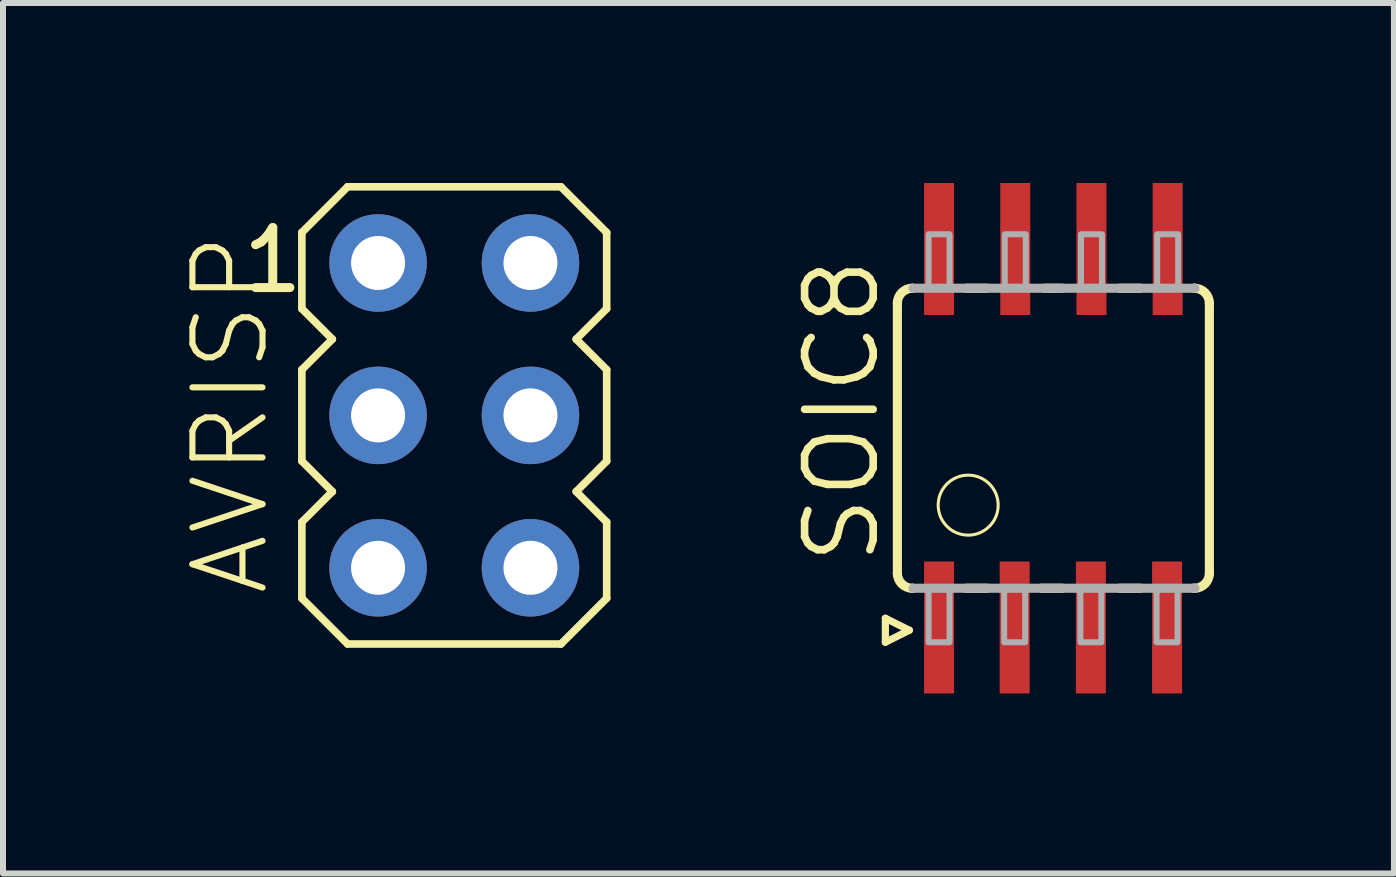
<source format=kicad_pcb>
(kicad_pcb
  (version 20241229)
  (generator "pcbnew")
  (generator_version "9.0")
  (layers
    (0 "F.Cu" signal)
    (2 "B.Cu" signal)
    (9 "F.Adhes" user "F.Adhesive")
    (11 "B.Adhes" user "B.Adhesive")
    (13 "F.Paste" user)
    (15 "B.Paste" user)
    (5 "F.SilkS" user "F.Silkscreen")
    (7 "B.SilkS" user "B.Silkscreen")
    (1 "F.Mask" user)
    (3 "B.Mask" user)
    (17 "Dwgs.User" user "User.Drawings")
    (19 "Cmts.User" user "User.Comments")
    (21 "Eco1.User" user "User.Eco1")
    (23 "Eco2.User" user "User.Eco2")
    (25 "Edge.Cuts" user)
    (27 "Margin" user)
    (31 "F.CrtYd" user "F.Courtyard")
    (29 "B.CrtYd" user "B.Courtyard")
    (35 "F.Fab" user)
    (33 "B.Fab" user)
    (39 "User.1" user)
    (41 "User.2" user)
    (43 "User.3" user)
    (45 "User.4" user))
  (footprint "SOIC8"
    (layer "F.Cu")
    (at 14.506 4.254)
    (property "Reference" "SOIC8" (at -2.857 2.159 90) (layer "F.SilkS") (effects (font (size 1.143 1.143) (thickness 0.127)) (justify left bottom)))
    (fp_line (start -2.8 3) (end -2.8 3.4) (stroke (width 0.12) (type default)) (layer "F.SilkS"))
    (fp_line (start -2.8 3.4) (end -2.4 3.2) (stroke (width 0.12) (type default)) (layer "F.SilkS"))
    (fp_line (start -2.6 -2.25) (end -2.6 2.24) (stroke (width 0.152) (type solid)) (layer "F.SilkS"))
    (fp_line (start -2.4 3.2) (end -2.8 3) (stroke (width 0.12) (type default)) (layer "F.SilkS"))
    (fp_line (start -2.35 -2.5) (end -2.34 -2.5) (stroke (width 0.152) (type solid)) (layer "F.SilkS"))
    (fp_line (start -2.35 2.5) (end -2.34 2.5) (stroke (width 0.152) (type solid)) (layer "F.SilkS"))
    (fp_line (start -1.45 -2.5) (end -1.1 -2.5) (stroke (width 0.152) (type solid)) (layer "F.SilkS"))
    (fp_line (start -1.1 2.5) (end -1.45 2.5) (stroke (width 0.152) (type solid)) (layer "F.SilkS"))
    (fp_line (start -0.15 -2.5) (end 0.15 -2.5) (stroke (width 0.152) (type solid)) (layer "F.SilkS"))
    (fp_line (start 0.15 2.5) (end -0.2 2.5) (stroke (width 0.152) (type solid)) (layer "F.SilkS"))
    (fp_line (start 1.1 -2.5) (end 1.45 -2.5) (stroke (width 0.152) (type solid)) (layer "F.SilkS"))
    (fp_line (start 1.45 2.5) (end 1.1 2.5) (stroke (width 0.152) (type solid)) (layer "F.SilkS"))
    (fp_line (start 2.35 -2.5) (end 2.36 -2.5) (stroke (width 0.152) (type solid)) (layer "F.SilkS"))
    (fp_line (start 2.35 2.5) (end 2.33 2.5) (stroke (width 0.152) (type solid)) (layer "F.SilkS"))
    (fp_line (start 2.6 2.25) (end 2.6 -2.25) (stroke (width 0.152) (type solid)) (layer "F.SilkS"))
    (fp_arc (start -2.6 -2.25) (mid -2.526777 -2.426777) (end -2.35 -2.5) (stroke (width 0.1524) (type solid)) (layer "F.SilkS"))
    (fp_arc (start -2.35 2.5) (mid -2.526777 2.426777) (end -2.6 2.25) (stroke (width 0.1524) (type solid)) (layer "F.SilkS"))
    (fp_arc (start 2.35 -2.5) (mid 2.526777 -2.426777) (end 2.6 -2.25) (stroke (width 0.1524) (type solid)) (layer "F.SilkS"))
    (fp_arc (start 2.6 2.25) (mid 2.526777 2.426777) (end 2.35 2.5) (stroke (width 0.1524) (type solid)) (layer "F.SilkS"))
    (fp_circle (center -1.42 1.115) (end -0.92 1.115) (stroke (width 0.051) (type solid)) (fill no) (layer "F.SilkS"))
    (fp_line (start -2.34 -2.5) (end 2.36 -2.5) (stroke (width 0.152) (type solid)) (layer "F.Fab"))
    (fp_line (start 2.36 2.5) (end -2.34 2.5) (stroke (width 0.152) (type solid)) (layer "F.Fab"))
    (fp_poly (pts (xy -2.08 -2.5) (xy -1.73 -2.5) (xy -1.73 -3.4) (xy -2.08 -3.4)) (stroke (width 0.1) (type default)) (fill no) (layer "F.Fab"))
    (fp_poly (pts (xy -2.08 3.4) (xy -1.73 3.4) (xy -1.73 2.5) (xy -2.08 2.5)) (stroke (width 0.1) (type default)) (fill no) (layer "F.Fab"))
    (fp_poly (pts (xy -0.82 3.4) (xy -0.47 3.4) (xy -0.47 2.5) (xy -0.82 2.5)) (stroke (width 0.1) (type default)) (fill no) (layer "F.Fab"))
    (fp_poly (pts (xy -0.81 -2.5) (xy -0.46 -2.5) (xy -0.46 -3.4) (xy -0.81 -3.4)) (stroke (width 0.1) (type default)) (fill no) (layer "F.Fab"))
    (fp_poly (pts (xy 0.45 3.4) (xy 0.8 3.4) (xy 0.8 2.5) (xy 0.45 2.5)) (stroke (width 0.1) (type default)) (fill no) (layer "F.Fab"))
    (fp_poly (pts (xy 0.46 -2.5) (xy 0.81 -2.5) (xy 0.81 -3.4) (xy 0.46 -3.4)) (stroke (width 0.1) (type default)) (fill no) (layer "F.Fab"))
    (fp_poly (pts (xy 1.72 3.4) (xy 2.07 3.4) (xy 2.07 2.5) (xy 1.72 2.5)) (stroke (width 0.1) (type default)) (fill no) (layer "F.Fab"))
    (fp_poly (pts (xy 1.73 -2.5) (xy 2.08 -2.5) (xy 2.08 -3.4) (xy 1.73 -3.4)) (stroke (width 0.1) (type default)) (fill no) (layer "F.Fab"))
    (pad "1" smd rect (at -1.905 3.154) (size 0.5 2.2) (layers "F.Cu" "F.Mask" "F.Paste"))
    (pad "2" smd rect (at -0.645 3.154) (size 0.5 2.2) (layers "F.Cu" "F.Mask" "F.Paste"))
    (pad "3" smd rect (at 0.625 3.154) (size 0.5 2.2) (layers "F.Cu" "F.Mask" "F.Paste"))
    (pad "4" smd rect (at 1.895 3.154) (size 0.5 2.2) (layers "F.Cu" "F.Mask" "F.Paste"))
    (pad "5" smd rect (at 1.905 -3.154) (size 0.5 2.2) (layers "F.Cu" "F.Mask" "F.Paste"))
    (pad "6" smd rect (at 0.635 -3.154) (size 0.5 2.2) (layers "F.Cu" "F.Mask" "F.Paste"))
    (pad "7" smd rect (at -0.635 -3.154) (size 0.5 2.2) (layers "F.Cu" "F.Mask" "F.Paste"))
    (pad "8" smd rect (at -1.905 -3.154) (size 0.5 2.2) (layers "F.Cu" "F.Mask" "F.Paste")))
  (footprint "AVRISP"
    (layer "F.Cu")
    (at 4.521 3.873)
    (property "Reference" "AVRISP" (at -3.048 3.048 90) (layer "F.SilkS") (effects (font (size 1.168 1.168) (thickness 0.102)) (justify left bottom)))
    (fp_line (start -2.54 -3.048) (end -1.778 -3.81) (stroke (width 0.127) (type solid)) (layer "F.SilkS"))
    (fp_line (start -2.54 -1.778) (end -2.54 -3.048) (stroke (width 0.127) (type solid)) (layer "F.SilkS"))
    (fp_line (start -2.54 -0.762) (end -2.032 -1.27) (stroke (width 0.127) (type solid)) (layer "F.SilkS"))
    (fp_line (start -2.54 0.762) (end -2.54 -0.762) (stroke (width 0.127) (type solid)) (layer "F.SilkS"))
    (fp_line (start -2.54 1.778) (end -2.032 1.27) (stroke (width 0.127) (type solid)) (layer "F.SilkS"))
    (fp_line (start -2.54 3.048) (end -2.54 1.778) (stroke (width 0.127) (type solid)) (layer "F.SilkS"))
    (fp_line (start -2.032 -1.27) (end -2.54 -1.778) (stroke (width 0.127) (type solid)) (layer "F.SilkS"))
    (fp_line (start -2.032 1.27) (end -2.54 0.762) (stroke (width 0.127) (type solid)) (layer "F.SilkS"))
    (fp_line (start -1.778 -3.81) (end 1.778 -3.81) (stroke (width 0.127) (type solid)) (layer "F.SilkS"))
    (fp_line (start -1.778 3.81) (end -2.54 3.048) (stroke (width 0.127) (type solid)) (layer "F.SilkS"))
    (fp_line (start 1.778 -3.81) (end 2.54 -3.048) (stroke (width 0.127) (type solid)) (layer "F.SilkS"))
    (fp_line (start 1.778 3.81) (end -1.778 3.81) (stroke (width 0.127) (type solid)) (layer "F.SilkS"))
    (fp_line (start 2.032 -1.27) (end 2.54 -0.762) (stroke (width 0.127) (type solid)) (layer "F.SilkS"))
    (fp_line (start 2.032 1.27) (end 2.54 1.778) (stroke (width 0.127) (type solid)) (layer "F.SilkS"))
    (fp_line (start 2.54 -3.048) (end 2.54 -1.778) (stroke (width 0.127) (type solid)) (layer "F.SilkS"))
    (fp_line (start 2.54 -1.778) (end 2.032 -1.27) (stroke (width 0.127) (type solid)) (layer "F.SilkS"))
    (fp_line (start 2.54 -0.762) (end 2.54 0.762) (stroke (width 0.127) (type solid)) (layer "F.SilkS"))
    (fp_line (start 2.54 0.762) (end 2.032 1.27) (stroke (width 0.127) (type solid)) (layer "F.SilkS"))
    (fp_line (start 2.54 1.778) (end 2.54 3.048) (stroke (width 0.127) (type solid)) (layer "F.SilkS"))
    (fp_line (start 2.54 3.048) (end 1.778 3.81) (stroke (width 0.127) (type solid)) (layer "F.SilkS"))
    (fp_text user "1" (at -3.6 -2 0) (layer "F.SilkS") (effects (font (size 1 1) (thickness 0.15)) (justify left bottom)))
    (pad "1" thru_hole circle (at -1.27 -2.54) (size 1.626 1.626) (drill 0.9) (layers "*.Cu" "*.Mask"))
    (pad "2" thru_hole circle (at 1.27 -2.54) (size 1.626 1.626) (drill 0.9) (layers "*.Cu" "*.Mask"))
    (pad "3" thru_hole circle (at -1.27 0) (size 1.626 1.626) (drill 0.9) (layers "*.Cu" "*.Mask"))
    (pad "4" thru_hole circle (at 1.27 0) (size 1.626 1.626) (drill 0.9) (layers "*.Cu" "*.Mask"))
    (pad "5" thru_hole circle (at -1.27 2.54) (size 1.626 1.626) (drill 0.9) (layers "*.Cu" "*.Mask"))
    (pad "6" thru_hole circle (at 1.27 2.54) (size 1.626 1.626) (drill 0.9) (layers "*.Cu" "*.Mask")))
  (gr_rect
    (start -3 -3)
    (end 20.182 11.508)
    (stroke (width 0.1) (type default))
    (fill no)
    (layer "Edge.Cuts")))
</source>
